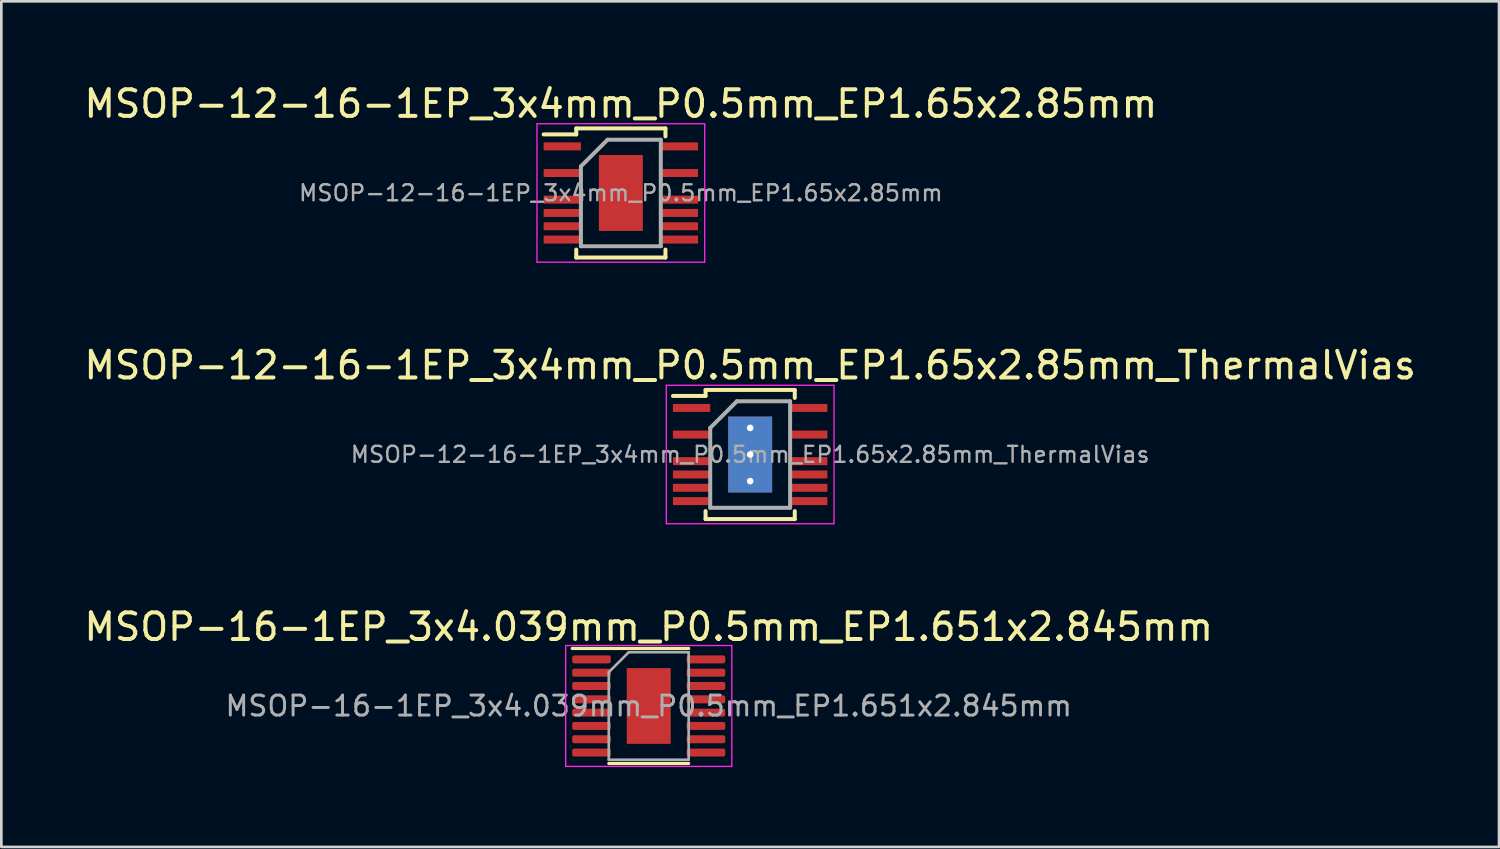
<source format=kicad_pcb>
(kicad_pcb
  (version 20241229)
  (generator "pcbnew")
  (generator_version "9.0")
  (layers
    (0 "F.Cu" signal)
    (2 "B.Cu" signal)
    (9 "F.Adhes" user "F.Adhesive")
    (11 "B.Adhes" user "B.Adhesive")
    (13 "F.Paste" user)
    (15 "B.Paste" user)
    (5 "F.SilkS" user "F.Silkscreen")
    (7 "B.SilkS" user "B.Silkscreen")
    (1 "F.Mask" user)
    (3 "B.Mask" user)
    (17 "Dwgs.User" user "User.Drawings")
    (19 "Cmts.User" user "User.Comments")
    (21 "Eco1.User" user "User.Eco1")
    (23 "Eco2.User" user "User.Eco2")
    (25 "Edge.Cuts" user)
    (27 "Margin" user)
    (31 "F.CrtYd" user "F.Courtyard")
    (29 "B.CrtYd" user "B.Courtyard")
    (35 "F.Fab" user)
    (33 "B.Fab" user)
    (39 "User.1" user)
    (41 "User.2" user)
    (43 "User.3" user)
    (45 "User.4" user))
  (footprint "MSOP-12-16-1EP_3x4mm_P0.5mm_EP1.65x2.85mm_ThermalVias"
    (layer "F.Cu")
    (at 25.125 14.021)
    (property "Reference" "MSOP-12-16-1EP_3x4mm_P0.5mm_EP1.65x2.85mm_ThermalVias" (at 0 -3.35 0) (layer "F.SilkS") (effects (font (size 1 1) (thickness 0.15))))
    (attr smd)
    (fp_line (start -1.675 -2.425) (end -1.675 -2.2) (stroke (width 0.15) (type solid)) (layer "F.SilkS"))
    (fp_line (start -1.675 -2.425) (end 1.675 -2.425) (stroke (width 0.15) (type solid)) (layer "F.SilkS"))
    (fp_line (start -1.675 -2.2) (end -2.9 -2.2) (stroke (width 0.15) (type solid)) (layer "F.SilkS"))
    (fp_line (start -1.675 2.425) (end -1.675 2.125) (stroke (width 0.15) (type solid)) (layer "F.SilkS"))
    (fp_line (start -1.675 2.425) (end 1.675 2.425) (stroke (width 0.15) (type solid)) (layer "F.SilkS"))
    (fp_line (start 1.675 -2.425) (end 1.675 -2.125) (stroke (width 0.15) (type solid)) (layer "F.SilkS"))
    (fp_line (start 1.675 2.425) (end 1.675 2.125) (stroke (width 0.15) (type solid)) (layer "F.SilkS"))
    (fp_line (start -3.15 -2.6) (end -3.15 2.6) (stroke (width 0.05) (type solid)) (layer "F.CrtYd"))
    (fp_line (start -3.15 -2.6) (end 3.15 -2.6) (stroke (width 0.05) (type solid)) (layer "F.CrtYd"))
    (fp_line (start -3.15 2.6) (end 3.15 2.6) (stroke (width 0.05) (type solid)) (layer "F.CrtYd"))
    (fp_line (start 3.15 -2.6) (end 3.15 2.6) (stroke (width 0.05) (type solid)) (layer "F.CrtYd"))
    (fp_line (start -1.5 -1) (end -0.5 -2) (stroke (width 0.15) (type solid)) (layer "F.Fab"))
    (fp_line (start -1.5 2) (end -1.5 -1) (stroke (width 0.15) (type solid)) (layer "F.Fab"))
    (fp_line (start -0.5 -2) (end 1.5 -2) (stroke (width 0.15) (type solid)) (layer "F.Fab"))
    (fp_line (start 1.5 -2) (end 1.5 2) (stroke (width 0.15) (type solid)) (layer "F.Fab"))
    (fp_line (start 1.5 2) (end -1.5 2) (stroke (width 0.15) (type solid)) (layer "F.Fab"))
    (fp_text user "${REFERENCE}" (at 0 0 0) (layer "F.Fab") (effects (font (size 0.6 0.6) (thickness 0.09))))
    (pad "" smd rect (at -0.45 -1.25) (size 0.65 0.25) (layers "F.Paste"))
    (pad "" smd rect (at -0.45 -0.5) (size 0.65 0.8) (layers "F.Paste"))
    (pad "" smd rect (at -0.45 0.5) (size 0.65 0.8) (layers "F.Paste"))
    (pad "" smd rect (at -0.45 1.25) (size 0.65 0.25) (layers "F.Paste"))
    (pad "" smd rect (at 0.45 -1.25) (size 0.65 0.25) (layers "F.Paste"))
    (pad "" smd rect (at 0.45 -0.5) (size 0.65 0.8) (layers "F.Paste"))
    (pad "" smd rect (at 0.45 0.5) (size 0.65 0.8) (layers "F.Paste"))
    (pad "" smd rect (at 0.45 1.25) (size 0.65 0.25) (layers "F.Paste"))
    (pad "1" smd rect (at -2.2 -1.75) (size 1.4 0.3) (layers "F.Cu" "F.Mask" "F.Paste"))
    (pad "3" smd rect (at -2.2 -0.75) (size 1.4 0.3) (layers "F.Cu" "F.Mask" "F.Paste"))
    (pad "5" smd rect (at -2.2 0.25) (size 1.4 0.3) (layers "F.Cu" "F.Mask" "F.Paste"))
    (pad "6" smd rect (at -2.2 0.75) (size 1.4 0.3) (layers "F.Cu" "F.Mask" "F.Paste"))
    (pad "7" smd rect (at -2.2 1.25) (size 1.4 0.3) (layers "F.Cu" "F.Mask" "F.Paste"))
    (pad "8" smd rect (at -2.2 1.75) (size 1.4 0.3) (layers "F.Cu" "F.Mask" "F.Paste"))
    (pad "9" smd rect (at 2.2 1.75) (size 1.4 0.3) (layers "F.Cu" "F.Mask" "F.Paste"))
    (pad "10" smd rect (at 2.2 1.25) (size 1.4 0.3) (layers "F.Cu" "F.Mask" "F.Paste"))
    (pad "11" smd rect (at 2.2 0.75) (size 1.4 0.3) (layers "F.Cu" "F.Mask" "F.Paste"))
    (pad "12" smd rect (at 2.2 0.25) (size 1.4 0.3) (layers "F.Cu" "F.Mask" "F.Paste"))
    (pad "14" smd rect (at 2.2 -0.75) (size 1.4 0.3) (layers "F.Cu" "F.Mask" "F.Paste"))
    (pad "16" smd rect (at 2.2 -1.75) (size 1.4 0.3) (layers "F.Cu" "F.Mask" "F.Paste"))
    (pad "17" thru_hole circle (at 0 -1) (size 0.65 0.65) (drill 0.25) (layers "*.Cu"))
    (pad "17" thru_hole circle (at 0 0) (size 0.65 0.65) (drill 0.25) (layers "*.Cu"))
    (pad "17" smd rect (at 0 0) (size 1.65 2.85) (layers "F.Cu" "F.Mask" "F.Paste"))
    (pad "17" smd rect (at 0 0) (size 1.65 2.85) (layers "B.Cu"))
    (pad "17" thru_hole circle (at 0 1) (size 0.65 0.65) (drill 0.25) (layers "*.Cu")))
  (footprint "MSOP-12-16-1EP_3x4mm_P0.5mm_EP1.65x2.85mm"
    (layer "F.Cu")
    (at 20.268 4.198)
    (property "Reference" "MSOP-12-16-1EP_3x4mm_P0.5mm_EP1.65x2.85mm" (at 0 -3.35 0) (layer "F.SilkS") (effects (font (size 1 1) (thickness 0.15))))
    (attr smd)
    (fp_line (start -1.675 -2.425) (end -1.675 -2.2) (stroke (width 0.15) (type solid)) (layer "F.SilkS"))
    (fp_line (start -1.675 -2.425) (end 1.675 -2.425) (stroke (width 0.15) (type solid)) (layer "F.SilkS"))
    (fp_line (start -1.675 -2.2) (end -2.9 -2.2) (stroke (width 0.15) (type solid)) (layer "F.SilkS"))
    (fp_line (start -1.675 2.425) (end -1.675 2.125) (stroke (width 0.15) (type solid)) (layer "F.SilkS"))
    (fp_line (start -1.675 2.425) (end 1.675 2.425) (stroke (width 0.15) (type solid)) (layer "F.SilkS"))
    (fp_line (start 1.675 -2.425) (end 1.675 -2.125) (stroke (width 0.15) (type solid)) (layer "F.SilkS"))
    (fp_line (start 1.675 2.425) (end 1.675 2.125) (stroke (width 0.15) (type solid)) (layer "F.SilkS"))
    (fp_line (start -3.15 -2.6) (end -3.15 2.6) (stroke (width 0.05) (type solid)) (layer "F.CrtYd"))
    (fp_line (start -3.15 -2.6) (end 3.15 -2.6) (stroke (width 0.05) (type solid)) (layer "F.CrtYd"))
    (fp_line (start -3.15 2.6) (end 3.15 2.6) (stroke (width 0.05) (type solid)) (layer "F.CrtYd"))
    (fp_line (start 3.15 -2.6) (end 3.15 2.6) (stroke (width 0.05) (type solid)) (layer "F.CrtYd"))
    (fp_line (start -1.5 -1) (end -0.5 -2) (stroke (width 0.15) (type solid)) (layer "F.Fab"))
    (fp_line (start -1.5 2) (end -1.5 -1) (stroke (width 0.15) (type solid)) (layer "F.Fab"))
    (fp_line (start -0.5 -2) (end 1.5 -2) (stroke (width 0.15) (type solid)) (layer "F.Fab"))
    (fp_line (start 1.5 -2) (end 1.5 2) (stroke (width 0.15) (type solid)) (layer "F.Fab"))
    (fp_line (start 1.5 2) (end -1.5 2) (stroke (width 0.15) (type solid)) (layer "F.Fab"))
    (fp_text user "${REFERENCE}" (at 0 0 0) (layer "F.Fab") (effects (font (size 0.6 0.6) (thickness 0.09))))
    (pad "" smd rect (at -0.412 -0.95) (size 0.66 0.75) (layers "F.Paste"))
    (pad "" smd rect (at -0.412 0) (size 0.66 0.75) (layers "F.Paste"))
    (pad "" smd rect (at -0.412 0.95) (size 0.66 0.75) (layers "F.Paste"))
    (pad "" smd rect (at 0.412 -0.95) (size 0.66 0.75) (layers "F.Paste"))
    (pad "" smd rect (at 0.412 0) (size 0.66 0.75) (layers "F.Paste"))
    (pad "" smd rect (at 0.412 0.95) (size 0.66 0.75) (layers "F.Paste"))
    (pad "1" smd rect (at -2.2 -1.75) (size 1.4 0.3) (layers "F.Cu" "F.Mask" "F.Paste"))
    (pad "3" smd rect (at -2.2 -0.75) (size 1.4 0.3) (layers "F.Cu" "F.Mask" "F.Paste"))
    (pad "5" smd rect (at -2.2 0.25) (size 1.4 0.3) (layers "F.Cu" "F.Mask" "F.Paste"))
    (pad "6" smd rect (at -2.2 0.75) (size 1.4 0.3) (layers "F.Cu" "F.Mask" "F.Paste"))
    (pad "7" smd rect (at -2.2 1.25) (size 1.4 0.3) (layers "F.Cu" "F.Mask" "F.Paste"))
    (pad "8" smd rect (at -2.2 1.75) (size 1.4 0.3) (layers "F.Cu" "F.Mask" "F.Paste"))
    (pad "9" smd rect (at 2.2 1.75) (size 1.4 0.3) (layers "F.Cu" "F.Mask" "F.Paste"))
    (pad "10" smd rect (at 2.2 1.25) (size 1.4 0.3) (layers "F.Cu" "F.Mask" "F.Paste"))
    (pad "11" smd rect (at 2.2 0.75) (size 1.4 0.3) (layers "F.Cu" "F.Mask" "F.Paste"))
    (pad "12" smd rect (at 2.2 0.25) (size 1.4 0.3) (layers "F.Cu" "F.Mask" "F.Paste"))
    (pad "14" smd rect (at 2.2 -0.75) (size 1.4 0.3) (layers "F.Cu" "F.Mask" "F.Paste"))
    (pad "16" smd rect (at 2.2 -1.75) (size 1.4 0.3) (layers "F.Cu" "F.Mask" "F.Paste"))
    (pad "17" smd rect (at 0 0) (size 1.65 2.85) (layers "F.Cu" "F.Mask")))
  (footprint "MSOP-16-1EP_3x4.039mm_P0.5mm_EP1.651x2.845mm"
    (layer "F.Cu")
    (at 21.315 23.465)
    (property "Reference" "MSOP-16-1EP_3x4.039mm_P0.5mm_EP1.651x2.845mm" (at 0 -2.97 0) (layer "F.SilkS") (effects (font (size 1 1) (thickness 0.15))))
    (attr smd)
    (fp_line (start 0 -2.16) (end -2.875 -2.16) (stroke (width 0.12) (type solid)) (layer "F.SilkS"))
    (fp_line (start 0 -2.16) (end 1.5 -2.16) (stroke (width 0.12) (type solid)) (layer "F.SilkS"))
    (fp_line (start 0 2.16) (end -1.5 2.16) (stroke (width 0.12) (type solid)) (layer "F.SilkS"))
    (fp_line (start 0 2.16) (end 1.5 2.16) (stroke (width 0.12) (type solid)) (layer "F.SilkS"))
    (fp_line (start -3.12 -2.27) (end -3.12 2.27) (stroke (width 0.05) (type solid)) (layer "F.CrtYd"))
    (fp_line (start -3.12 2.27) (end 3.12 2.27) (stroke (width 0.05) (type solid)) (layer "F.CrtYd"))
    (fp_line (start 3.12 -2.27) (end -3.12 -2.27) (stroke (width 0.05) (type solid)) (layer "F.CrtYd"))
    (fp_line (start 3.12 2.27) (end 3.12 -2.27) (stroke (width 0.05) (type solid)) (layer "F.CrtYd"))
    (fp_line (start -1.5 -1.27) (end -0.75 -2.019) (stroke (width 0.1) (type solid)) (layer "F.Fab"))
    (fp_line (start -1.5 2.019) (end -1.5 -1.27) (stroke (width 0.1) (type solid)) (layer "F.Fab"))
    (fp_line (start -0.75 -2.019) (end 1.5 -2.019) (stroke (width 0.1) (type solid)) (layer "F.Fab"))
    (fp_line (start 1.5 -2.019) (end 1.5 2.019) (stroke (width 0.1) (type solid)) (layer "F.Fab"))
    (fp_line (start 1.5 2.019) (end -1.5 2.019) (stroke (width 0.1) (type solid)) (layer "F.Fab"))
    (fp_text user "${REFERENCE}" (at 0 0 0) (layer "F.Fab") (effects (font (size 0.75 0.75) (thickness 0.11))))
    (pad "" smd roundrect (at -0.415 -0.71) (size 0.69 1.19) (layers "F.Paste") (roundrect_rratio 0.25))
    (pad "" smd roundrect (at -0.415 0.71) (size 0.69 1.19) (layers "F.Paste") (roundrect_rratio 0.25))
    (pad "" smd roundrect (at 0.415 -0.71) (size 0.69 1.19) (layers "F.Paste") (roundrect_rratio 0.25))
    (pad "" smd roundrect (at 0.415 0.71) (size 0.69 1.19) (layers "F.Paste") (roundrect_rratio 0.25))
    (pad "1" smd roundrect (at -2.15 -1.75) (size 1.45 0.3) (layers "F.Cu" "F.Mask" "F.Paste") (roundrect_rratio 0.25))
    (pad "2" smd roundrect (at -2.15 -1.25) (size 1.45 0.3) (layers "F.Cu" "F.Mask" "F.Paste") (roundrect_rratio 0.25))
    (pad "3" smd roundrect (at -2.15 -0.75) (size 1.45 0.3) (layers "F.Cu" "F.Mask" "F.Paste") (roundrect_rratio 0.25))
    (pad "4" smd roundrect (at -2.15 -0.25) (size 1.45 0.3) (layers "F.Cu" "F.Mask" "F.Paste") (roundrect_rratio 0.25))
    (pad "5" smd roundrect (at -2.15 0.25) (size 1.45 0.3) (layers "F.Cu" "F.Mask" "F.Paste") (roundrect_rratio 0.25))
    (pad "6" smd roundrect (at -2.15 0.75) (size 1.45 0.3) (layers "F.Cu" "F.Mask" "F.Paste") (roundrect_rratio 0.25))
    (pad "7" smd roundrect (at -2.15 1.25) (size 1.45 0.3) (layers "F.Cu" "F.Mask" "F.Paste") (roundrect_rratio 0.25))
    (pad "8" smd roundrect (at -2.15 1.75) (size 1.45 0.3) (layers "F.Cu" "F.Mask" "F.Paste") (roundrect_rratio 0.25))
    (pad "9" smd roundrect (at 2.15 1.75) (size 1.45 0.3) (layers "F.Cu" "F.Mask" "F.Paste") (roundrect_rratio 0.25))
    (pad "10" smd roundrect (at 2.15 1.25) (size 1.45 0.3) (layers "F.Cu" "F.Mask" "F.Paste") (roundrect_rratio 0.25))
    (pad "11" smd roundrect (at 2.15 0.75) (size 1.45 0.3) (layers "F.Cu" "F.Mask" "F.Paste") (roundrect_rratio 0.25))
    (pad "12" smd roundrect (at 2.15 0.25) (size 1.45 0.3) (layers "F.Cu" "F.Mask" "F.Paste") (roundrect_rratio 0.25))
    (pad "13" smd roundrect (at 2.15 -0.25) (size 1.45 0.3) (layers "F.Cu" "F.Mask" "F.Paste") (roundrect_rratio 0.25))
    (pad "14" smd roundrect (at 2.15 -0.75) (size 1.45 0.3) (layers "F.Cu" "F.Mask" "F.Paste") (roundrect_rratio 0.25))
    (pad "15" smd roundrect (at 2.15 -1.25) (size 1.45 0.3) (layers "F.Cu" "F.Mask" "F.Paste") (roundrect_rratio 0.25))
    (pad "16" smd roundrect (at 2.15 -1.75) (size 1.45 0.3) (layers "F.Cu" "F.Mask" "F.Paste") (roundrect_rratio 0.25))
    (pad "17" smd rect (at 0 0) (size 1.651 2.845) (layers "F.Cu" "F.Mask")))
  (gr_rect
    (start -3 -3)
    (end 53.25 28.76)
    (stroke (width 0.1) (type default))
    (fill no)
    (layer "Edge.Cuts")))
</source>
